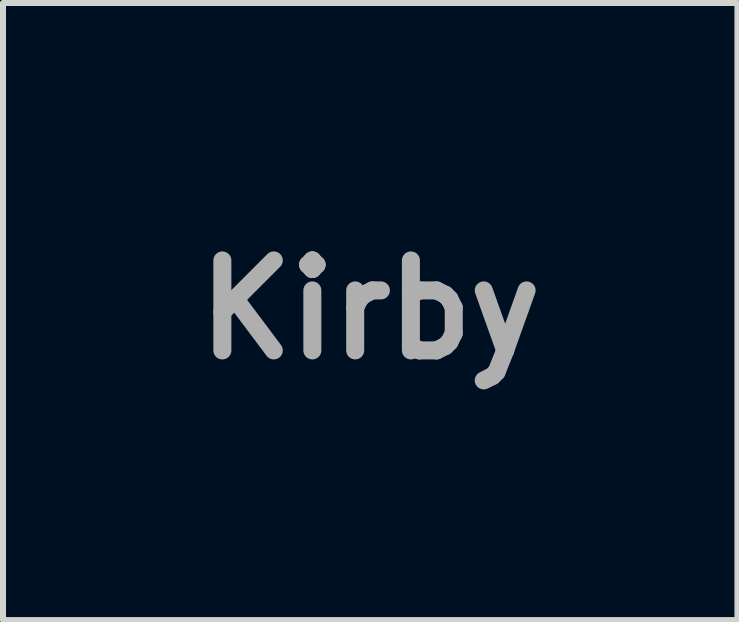
<source format=kicad_pcb>
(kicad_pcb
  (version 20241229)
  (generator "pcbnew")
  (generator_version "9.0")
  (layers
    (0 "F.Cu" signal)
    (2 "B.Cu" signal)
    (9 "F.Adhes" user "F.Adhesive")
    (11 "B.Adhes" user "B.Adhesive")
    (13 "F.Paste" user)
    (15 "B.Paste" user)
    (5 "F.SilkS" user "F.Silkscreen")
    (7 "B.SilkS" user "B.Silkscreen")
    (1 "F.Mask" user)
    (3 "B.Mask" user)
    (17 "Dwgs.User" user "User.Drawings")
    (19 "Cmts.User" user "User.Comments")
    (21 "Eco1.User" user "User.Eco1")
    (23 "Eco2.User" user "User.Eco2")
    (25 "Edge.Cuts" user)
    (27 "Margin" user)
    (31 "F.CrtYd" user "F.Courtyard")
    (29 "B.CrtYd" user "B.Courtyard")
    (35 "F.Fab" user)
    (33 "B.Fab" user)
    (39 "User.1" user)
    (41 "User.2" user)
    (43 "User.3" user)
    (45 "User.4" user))
  (footprint "Kirby"
    (layer "F.Cu")
    (at 3.121 2.113)
    (property "Reference" "Kirby" (at 0 0 0) (layer "F.Fab") (effects (font (size 1.5 1.5) (thickness 0.3))))
    (attr board_only exclude_from_pos_files exclude_from_bom)
    (fp_poly (pts (xy -0.977 0.271) (xy -0.971 0.283) (xy -0.97 0.292) (xy -0.974 0.313) (xy -0.986 0.33) (xy -1.013 0.347) (xy -1.058 0.367) (xy -1.108 0.385) (xy -1.162 0.404) (xy -1.197 0.415) (xy -1.22 0.418) (xy -1.238 0.414) (xy -1.259 0.405) (xy -1.262 0.403) (xy -1.292 0.381) (xy -1.293 0.359) (xy -1.266 0.336) (xy -1.212 0.313) (xy -1.199 0.309) (xy -1.139 0.292) (xy -1.078 0.278) (xy -1.037 0.271) (xy -0.997 0.268)) (stroke (width 0) (type solid)) (fill yes) (layer "F.Mask"))
    (fp_poly (pts (xy 0.021 0.276) (xy 0.068 0.282) (xy 0.124 0.296) (xy 0.182 0.315) (xy 0.236 0.337) (xy 0.279 0.359) (xy 0.304 0.379) (xy 0.307 0.385) (xy 0.303 0.405) (xy 0.296 0.408) (xy 0.283 0.419) (xy 0.281 0.429) (xy 0.273 0.444) (xy 0.248 0.448) (xy 0.203 0.439) (xy 0.135 0.418) (xy 0.113 0.41) (xy 0.046 0.386) (xy 0.002 0.367) (xy -0.025 0.351) (xy -0.039 0.334) (xy -0.045 0.313) (xy -0.045 0.309) (xy -0.046 0.289) (xy -0.036 0.279) (xy -0.01 0.276)) (stroke (width 0) (type solid)) (fill yes) (layer "F.Mask"))
    (fp_poly (pts (xy 0.016 0.711) (xy 0.017 0.733) (xy -0.005 0.768) (xy -0.012 0.776) (xy -0.059 0.839) (xy -0.089 0.9) (xy -0.098 0.949) (xy -0.092 0.974) (xy -0.07 0.984) (xy -0.03 0.98) (xy 0.031 0.961) (xy 0.081 0.948) (xy 0.108 0.951) (xy 0.114 0.967) (xy 0.096 0.993) (xy 0.055 1.026) (xy 0.046 1.031) (xy -0.014 1.064) (xy -0.065 1.075) (xy -0.114 1.065) (xy -0.121 1.062) (xy -0.164 1.031) (xy -0.185 0.982) (xy -0.184 0.922) (xy -0.181 0.906) (xy -0.156 0.844) (xy -0.122 0.788) (xy -0.081 0.741) (xy -0.039 0.711) (xy -0.008 0.703)) (stroke (width 0) (type solid)) (fill yes) (layer "F.Mask"))
    (fp_poly (pts (xy -0.951 0.665) (xy -0.924 0.698) (xy -0.9 0.745) (xy -0.882 0.801) (xy -0.875 0.847) (xy -0.873 0.89) (xy -0.881 0.92) (xy -0.904 0.948) (xy -0.911 0.956) (xy -0.948 0.985) (xy -0.986 0.997) (xy -1.015 0.998) (xy -1.063 0.993) (xy -1.107 0.98) (xy -1.114 0.977) (xy -1.159 0.939) (xy -1.18 0.887) (xy -1.181 0.866) (xy -1.175 0.837) (xy -1.155 0.833) (xy -1.125 0.853) (xy -1.115 0.864) (xy -1.073 0.894) (xy -1.025 0.906) (xy -0.983 0.899) (xy -0.981 0.898) (xy -0.96 0.872) (xy -0.96 0.826) (xy -0.979 0.761) (xy -0.987 0.744) (xy -1.004 0.695) (xy -1.006 0.666) (xy -1.002 0.659) (xy -0.978 0.65)) (stroke (width 0) (type solid)) (fill yes) (layer "F.Mask"))
    (fp_poly (pts (xy -0.361 0.326) (xy -0.29 0.33) (xy -0.239 0.338) (xy -0.205 0.348) (xy -0.184 0.363) (xy -0.177 0.375) (xy -0.178 0.404) (xy -0.194 0.436) (xy -0.217 0.459) (xy -0.232 0.464) (xy -0.249 0.475) (xy -0.252 0.508) (xy -0.241 0.565) (xy -0.225 0.619) (xy -0.208 0.676) (xy -0.2 0.714) (xy -0.202 0.741) (xy -0.214 0.762) (xy -0.231 0.781) (xy -0.275 0.81) (xy -0.319 0.815) (xy -0.359 0.798) (xy -0.374 0.78) (xy -0.387 0.749) (xy -0.399 0.699) (xy -0.408 0.642) (xy -0.408 0.639) (xy -0.414 0.587) (xy -0.421 0.546) (xy -0.427 0.525) (xy -0.428 0.524) (xy -0.445 0.521) (xy -0.484 0.518) (xy -0.54 0.518) (xy -0.606 0.519) (xy -0.609 0.519) (xy -0.711 0.519) (xy -0.788 0.513) (xy -0.843 0.5) (xy -0.88 0.48) (xy -0.9 0.451) (xy -0.906 0.432) (xy -0.906 0.413) (xy -0.84 0.413) (xy -0.825 0.433) (xy -0.794 0.448) (xy -0.743 0.457) (xy -0.67 0.463) (xy -0.588 0.464) (xy -0.514 0.464) (xy -0.463 0.465) (xy -0.43 0.469) (xy -0.409 0.475) (xy -0.396 0.484) (xy -0.386 0.499) (xy -0.385 0.499) (xy -0.372 0.531) (xy -0.36 0.58) (xy -0.352 0.631) (xy -0.345 0.682) (xy -0.338 0.723) (xy -0.331 0.744) (xy -0.331 0.744) (xy -0.309 0.759) (xy -0.283 0.751) (xy -0.269 0.736) (xy -0.264 0.7) (xy -0.276 0.648) (xy -0.29 0.584) (xy -0.295 0.521) (xy -0.291 0.466) (xy -0.278 0.428) (xy -0.274 0.422) (xy -0.268 0.413) (xy -0.27 0.407) (xy -0.283 0.402) (xy -0.311 0.399) (xy -0.357 0.396) (xy -0.423 0.393) (xy -0.515 0.391) (xy -0.521 0.39) (xy -0.627 0.388) (xy -0.708 0.387) (xy -0.767 0.388) (xy -0.806 0.391) (xy -0.83 0.396) (xy -0.84 0.403) (xy -0.84 0.413) (xy -0.906 0.413) (xy -0.907 0.392) (xy -0.888 0.361) (xy -0.886 0.359) (xy -0.874 0.349) (xy -0.859 0.342) (xy -0.837 0.337) (xy -0.803 0.333) (xy -0.754 0.33) (xy -0.685 0.328) (xy -0.593 0.326) (xy -0.573 0.326) (xy -0.454 0.325)) (stroke (width 0) (type solid)) (fill yes) (layer "F.Mask"))
    (fp_poly (pts (xy -0.406 -1.771) (xy -0.386 -1.757) (xy -0.366 -1.749) (xy -0.326 -1.75) (xy -0.316 -1.752) (xy -0.274 -1.755) (xy -0.246 -1.748) (xy -0.22 -1.726) (xy -0.219 -1.725) (xy -0.188 -1.699) (xy -0.159 -1.682) (xy -0.157 -1.681) (xy -0.127 -1.664) (xy -0.105 -1.646) (xy -0.089 -1.624) (xy -0.091 -1.604) (xy -0.104 -1.583) (xy -0.118 -1.548) (xy -0.125 -1.495) (xy -0.127 -1.439) (xy -0.128 -1.369) (xy -0.131 -1.294) (xy -0.136 -1.236) (xy -0.144 -1.144) (xy -0.455 -1.071) (xy -0.546 -1.05) (xy -0.628 -1.031) (xy -0.697 -1.016) (xy -0.75 -1.005) (xy -0.781 -0.999) (xy -0.788 -0.999) (xy -0.803 -1.012) (xy -0.826 -1.05) (xy -0.831 -1.061) (xy -0.788 -1.061) (xy -0.786 -1.052) (xy -0.78 -1.046) (xy -0.766 -1.044) (xy -0.741 -1.046) (xy -0.701 -1.053) (xy -0.644 -1.065) (xy -0.566 -1.083) (xy -0.464 -1.108) (xy -0.457 -1.109) (xy -0.363 -1.132) (xy -0.292 -1.149) (xy -0.242 -1.163) (xy -0.208 -1.174) (xy -0.188 -1.184) (xy -0.177 -1.194) (xy -0.173 -1.205) (xy -0.171 -1.214) (xy -0.171 -1.241) (xy -0.177 -1.252) (xy -0.194 -1.248) (xy -0.232 -1.238) (xy -0.289 -1.223) (xy -0.357 -1.204) (xy -0.433 -1.183) (xy -0.512 -1.161) (xy -0.589 -1.14) (xy -0.658 -1.12) (xy -0.693 -1.11) (xy -0.749 -1.09) (xy -0.781 -1.072) (xy -0.788 -1.061) (xy -0.831 -1.061) (xy -0.854 -1.11) (xy -0.867 -1.141) (xy -0.802 -1.141) (xy -0.791 -1.142) (xy -0.788 -1.143) (xy -0.768 -1.148) (xy -0.726 -1.16) (xy -0.665 -1.177) (xy -0.591 -1.198) (xy -0.506 -1.222) (xy -0.475 -1.23) (xy -0.389 -1.255) (xy -0.313 -1.277) (xy -0.251 -1.297) (xy -0.207 -1.312) (xy -0.185 -1.322) (xy -0.183 -1.323) (xy -0.193 -1.331) (xy -0.2 -1.329) (xy -0.219 -1.324) (xy -0.26 -1.312) (xy -0.319 -1.294) (xy -0.392 -1.273) (xy -0.475 -1.249) (xy -0.492 -1.244) (xy -0.577 -1.219) (xy -0.653 -1.196) (xy -0.716 -1.176) (xy -0.762 -1.161) (xy -0.786 -1.152) (xy -0.788 -1.151) (xy -0.802 -1.141) (xy -0.867 -1.141) (xy -0.868 -1.144) (xy -0.893 -1.205) (xy -0.912 -1.259) (xy -0.916 -1.272) (xy -0.881 -1.272) (xy -0.869 -1.246) (xy -0.851 -1.221) (xy -0.834 -1.21) (xy -0.834 -1.21) (xy -0.815 -1.213) (xy -0.773 -1.224) (xy -0.713 -1.24) (xy -0.637 -1.261) (xy -0.551 -1.286) (xy -0.491 -1.303) (xy -0.169 -1.397) (xy -0.169 -1.452) (xy -0.17 -1.487) (xy -0.178 -1.5) (xy -0.196 -1.498) (xy -0.2 -1.497) (xy -0.223 -1.49) (xy -0.267 -1.476) (xy -0.331 -1.457) (xy -0.409 -1.434) (xy -0.497 -1.408) (xy -0.553 -1.392) (xy -0.643 -1.365) (xy -0.724 -1.34) (xy -0.792 -1.319) (xy -0.843 -1.303) (xy -0.874 -1.293) (xy -0.88 -1.29) (xy -0.881 -1.272) (xy -0.916 -1.272) (xy -0.925 -1.3) (xy -0.928 -1.317) (xy -0.916 -1.344) (xy -0.906 -1.355) (xy -0.828 -1.355) (xy -0.826 -1.356) (xy -0.805 -1.362) (xy -0.762 -1.375) (xy -0.7 -1.393) (xy -0.626 -1.415) (xy -0.542 -1.439) (xy -0.526 -1.444) (xy -0.425 -1.474) (xy -0.351 -1.499) (xy -0.301 -1.517) (xy -0.277 -1.531) (xy -0.276 -1.54) (xy -0.299 -1.545) (xy -0.336 -1.547) (xy -0.378 -1.554) (xy -0.411 -1.571) (xy -0.411 -1.571) (xy -0.429 -1.585) (xy -0.444 -1.583) (xy -0.464 -1.562) (xy -0.473 -1.55) (xy -0.521 -1.51) (xy -0.583 -1.486) (xy -0.648 -1.483) (xy -0.656 -1.484) (xy -0.68 -1.485) (xy -0.705 -1.476) (xy -0.737 -1.453) (xy -0.774 -1.42) (xy -0.807 -1.387) (xy -0.826 -1.364) (xy -0.828 -1.355) (xy -0.906 -1.355) (xy -0.882 -1.383) (xy -0.825 -1.435) (xy -0.823 -1.436) (xy -0.775 -1.48) (xy -0.739 -1.518) (xy -0.72 -1.545) (xy -0.718 -1.552) (xy -0.715 -1.562) (xy -0.647 -1.562) (xy -0.636 -1.55) (xy -0.609 -1.548) (xy -0.576 -1.557) (xy -0.549 -1.572) (xy -0.519 -1.597) (xy -0.553 -1.629) (xy -0.587 -1.661) (xy -0.617 -1.62) (xy -0.637 -1.588) (xy -0.647 -1.565) (xy -0.647 -1.562) (xy -0.715 -1.562) (xy -0.708 -1.587) (xy -0.685 -1.63) (xy -0.656 -1.669) (xy -0.488 -1.669) (xy -0.481 -1.643) (xy -0.462 -1.628) (xy -0.433 -1.633) (xy -0.432 -1.633) (xy -0.407 -1.641) (xy -0.387 -1.627) (xy -0.381 -1.619) (xy -0.353 -1.598) (xy -0.326 -1.598) (xy -0.287 -1.599) (xy -0.263 -1.592) (xy -0.191 -1.567) (xy -0.165 -1.563) (xy -0.153 -1.572) (xy -0.153 -1.575) (xy -0.151 -1.608) (xy -0.165 -1.624) (xy -0.197 -1.631) (xy -0.233 -1.641) (xy -0.249 -1.661) (xy -0.251 -1.67) (xy -0.265 -1.696) (xy -0.297 -1.701) (xy -0.343 -1.686) (xy -0.371 -1.677) (xy -0.392 -1.687) (xy -0.407 -1.703) (xy -0.43 -1.726) (xy -0.451 -1.726) (xy -0.458 -1.722) (xy -0.482 -1.698) (xy -0.488 -1.669) (xy -0.656 -1.669) (xy -0.655 -1.671) (xy -0.63 -1.694) (xy -0.589 -1.708) (xy -0.561 -1.706) (xy -0.531 -1.704) (xy -0.521 -1.716) (xy -0.52 -1.721) (xy -0.508 -1.744) (xy -0.478 -1.763) (xy -0.441 -1.772)) (stroke (width 0) (type solid)) (fill yes) (layer "F.Mask"))
    (fp_poly (pts (xy -0.505 -2.095) (xy -0.462 -2.079) (xy -0.413 -2.051) (xy -0.371 -2.02) (xy -0.351 -1.999) (xy -0.328 -1.972) (xy -0.313 -1.965) (xy -0.296 -1.975) (xy -0.296 -1.976) (xy -0.236 -2.013) (xy -0.16 -2.034) (xy -0.076 -2.037) (xy 0.003 -2.023) (xy 0.055 -1.998) (xy 0.11 -1.959) (xy 0.161 -1.911) (xy 0.198 -1.863) (xy 0.206 -1.847) (xy 0.221 -1.787) (xy 0.224 -1.716) (xy 0.216 -1.648) (xy 0.205 -1.611) (xy 0.194 -1.581) (xy 0.196 -1.562) (xy 0.216 -1.544) (xy 0.236 -1.531) (xy 0.295 -1.483) (xy 0.329 -1.432) (xy 0.342 -1.369) (xy 0.343 -1.35) (xy 0.345 -1.306) (xy 0.353 -1.285) (xy 0.365 -1.28) (xy 0.391 -1.273) (xy 0.426 -1.256) (xy 0.432 -1.252) (xy 0.468 -1.221) (xy 0.485 -1.179) (xy 0.486 -1.171) (xy 0.501 -1.125) (xy 0.532 -1.096) (xy 0.536 -1.094) (xy 0.564 -1.072) (xy 0.575 -1.044) (xy 0.577 -1.016) (xy 0.573 -0.977) (xy 0.564 -0.95) (xy 0.562 -0.948) (xy 0.559 -0.929) (xy 0.576 -0.907) (xy 0.599 -0.87) (xy 0.605 -0.821) (xy 0.592 -0.773) (xy 0.575 -0.747) (xy 0.523 -0.707) (xy 0.468 -0.691) (xy 0.414 -0.702) (xy 0.389 -0.718) (xy 0.359 -0.754) (xy 0.353 -0.788) (xy 0.415 -0.788) (xy 0.417 -0.779) (xy 0.437 -0.763) (xy 0.469 -0.761) (xy 0.505 -0.771) (xy 0.523 -0.783) (xy 0.544 -0.817) (xy 0.546 -0.855) (xy 0.528 -0.885) (xy 0.499 -0.894) (xy 0.467 -0.883) (xy 0.438 -0.857) (xy 0.418 -0.824) (xy 0.415 -0.788) (xy 0.353 -0.788) (xy 0.352 -0.793) (xy 0.349 -0.823) (xy 0.335 -0.841) (xy 0.303 -0.854) (xy 0.294 -0.857) (xy 0.253 -0.875) (xy 0.23 -0.896) (xy 0.229 -0.9) (xy 0.218 -0.916) (xy 0.193 -0.926) (xy 0.146 -0.931) (xy 0.102 -0.932) (xy 0.08 -0.929) (xy 0.071 -0.918) (xy 0.07 -0.907) (xy 0.057 -0.859) (xy 0.023 -0.812) (xy -0.029 -0.77) (xy -0.051 -0.758) (xy -0.135 -0.731) (xy -0.225 -0.725) (xy -0.314 -0.74) (xy -0.395 -0.773) (xy -0.45 -0.816) (xy -0.469 -0.832) (xy -0.483 -0.831) (xy -0.501 -0.809) (xy -0.505 -0.803) (xy -0.556 -0.756) (xy -0.625 -0.726) (xy -0.703 -0.717) (xy -0.781 -0.729) (xy -0.854 -0.761) (xy -0.916 -0.81) (xy -0.96 -0.869) (xy -0.971 -0.896) (xy -0.984 -0.926) (xy -1.003 -0.939) (xy -1.039 -0.942) (xy -1.043 -0.942) (xy -1.118 -0.955) (xy -1.183 -0.994) (xy -1.235 -1.055) (xy -1.258 -1.1) (xy -1.278 -1.182) (xy -1.274 -1.244) (xy -1.217 -1.244) (xy -1.215 -1.168) (xy -1.188 -1.099) (xy -1.136 -1.041) (xy -1.113 -1.025) (xy -1.07 -1.002) (xy -1.03 -0.987) (xy -1.013 -0.984) (xy -0.975 -0.979) (xy -0.949 -0.96) (xy -0.925 -0.921) (xy -0.874 -0.854) (xy -0.806 -0.805) (xy -0.778 -0.794) (xy -0.733 -0.78) (xy -0.699 -0.776) (xy -0.664 -0.784) (xy -0.617 -0.805) (xy -0.607 -0.81) (xy -0.562 -0.837) (xy -0.525 -0.867) (xy -0.51 -0.884) (xy -0.493 -0.911) (xy -0.484 -0.926) (xy -0.484 -0.926) (xy -0.473 -0.919) (xy -0.449 -0.898) (xy -0.426 -0.876) (xy -0.359 -0.827) (xy -0.283 -0.799) (xy -0.203 -0.791) (xy -0.125 -0.803) (xy -0.054 -0.835) (xy 0.003 -0.886) (xy 0.023 -0.914) (xy 0.05 -0.946) (xy 0.082 -0.964) (xy 0.084 -0.965) (xy 0.155 -0.982) (xy 0.201 -0.999) (xy 0.225 -1.016) (xy 0.232 -1.034) (xy 0.223 -1.057) (xy 0.193 -1.066) (xy 0.165 -1.073) (xy 0.16 -1.089) (xy 0.163 -1.102) (xy 0.172 -1.121) (xy 0.233 -1.121) (xy 0.264 -1.1) (xy 0.29 -1.068) (xy 0.294 -1.024) (xy 0.28 -0.981) (xy 0.271 -0.955) (xy 0.286 -0.936) (xy 0.289 -0.933) (xy 0.33 -0.916) (xy 0.383 -0.92) (xy 0.436 -0.937) (xy 0.485 -0.964) (xy 0.51 -0.994) (xy 0.512 -1.023) (xy 0.49 -1.048) (xy 0.457 -1.061) (xy 0.435 -1.071) (xy 0.424 -1.094) (xy 0.419 -1.129) (xy 0.413 -1.17) (xy 0.397 -1.194) (xy 0.378 -1.206) (xy 0.343 -1.217) (xy 0.314 -1.21) (xy 0.283 -1.182) (xy 0.268 -1.164) (xy 0.233 -1.121) (xy 0.172 -1.121) (xy 0.179 -1.137) (xy 0.195 -1.16) (xy 0.227 -1.206) (xy 0.256 -1.259) (xy 0.275 -1.309) (xy 0.281 -1.342) (xy 0.268 -1.404) (xy 0.229 -1.455) (xy 0.173 -1.492) (xy 0.134 -1.51) (xy 0.107 -1.524) (xy 0.1 -1.528) (xy 0.103 -1.541) (xy 0.116 -1.571) (xy 0.123 -1.586) (xy 0.155 -1.662) (xy 0.164 -1.73) (xy 0.156 -1.782) (xy 0.126 -1.844) (xy 0.075 -1.898) (xy 0.01 -1.94) (xy -0.061 -1.965) (xy -0.103 -1.969) (xy -0.154 -1.964) (xy -0.213 -1.95) (xy -0.266 -1.931) (xy -0.305 -1.91) (xy -0.309 -1.906) (xy -0.326 -1.894) (xy -0.34 -1.898) (xy -0.36 -1.919) (xy -0.372 -1.934) (xy -0.432 -1.991) (xy -0.508 -2.029) (xy -0.592 -2.047) (xy -0.678 -2.043) (xy -0.76 -2.017) (xy -0.776 -2.008) (xy -0.82 -1.977) (xy -0.859 -1.943) (xy -0.872 -1.927) (xy -0.899 -1.899) (xy -0.926 -1.885) (xy -0.93 -1.885) (xy -0.977 -1.874) (xy -1.032 -1.845) (xy -1.085 -1.803) (xy -1.129 -1.756) (xy -1.147 -1.727) (xy -1.162 -1.685) (xy -1.167 -1.65) (xy -1.159 -1.61) (xy -1.139 -1.566) (xy -1.114 -1.529) (xy -1.09 -1.51) (xy -1.071 -1.493) (xy -1.075 -1.472) (xy -1.096 -1.459) (xy -1.119 -1.442) (xy -1.148 -1.405) (xy -1.176 -1.357) (xy -1.2 -1.305) (xy -1.215 -1.256) (xy -1.217 -1.244) (xy -1.274 -1.244) (xy -1.273 -1.269) (xy -1.244 -1.357) (xy -1.194 -1.438) (xy -1.193 -1.439) (xy -1.15 -1.493) (xy -1.188 -1.533) (xy -1.224 -1.587) (xy -1.234 -1.648) (xy -1.218 -1.717) (xy -1.2 -1.758) (xy -1.165 -1.814) (xy -1.123 -1.855) (xy -1.083 -1.881) (xy -1.035 -1.906) (xy -0.99 -1.923) (xy -0.964 -1.927) (xy -0.934 -1.932) (xy -0.911 -1.951) (xy -0.885 -1.988) (xy -0.833 -2.047) (xy -0.765 -2.088) (xy -0.683 -2.11) (xy -0.595 -2.113)) (stroke (width 0) (type solid)) (fill yes) (layer "F.Mask"))
    (fp_poly (pts (xy 0.244 -0.626) (xy 0.371 -0.615) (xy 0.487 -0.601) (xy 0.54 -0.591) (xy 0.768 -0.535) (xy 0.983 -0.458) (xy 1.184 -0.364) (xy 1.369 -0.253) (xy 1.536 -0.127) (xy 1.684 0.014) (xy 1.81 0.168) (xy 1.914 0.332) (xy 1.993 0.508) (xy 2.026 0.607) (xy 2.046 0.702) (xy 2.059 0.812) (xy 2.065 0.926) (xy 2.062 1.034) (xy 2.054 1.107) (xy 2.022 1.225) (xy 1.969 1.344) (xy 1.899 1.453) (xy 1.88 1.478) (xy 1.848 1.518) (xy 1.825 1.548) (xy 1.814 1.564) (xy 1.814 1.564) (xy 1.826 1.574) (xy 1.854 1.588) (xy 1.857 1.589) (xy 1.907 1.622) (xy 1.954 1.673) (xy 1.99 1.732) (xy 1.997 1.751) (xy 2.01 1.822) (xy 2.008 1.901) (xy 1.993 1.976) (xy 1.964 2.036) (xy 1.964 2.036) (xy 1.907 2.095) (xy 1.833 2.139) (xy 1.747 2.166) (xy 1.659 2.172) (xy 1.617 2.167) (xy 1.541 2.141) (xy 1.47 2.096) (xy 1.414 2.04) (xy 1.41 2.035) (xy 1.39 2.001) (xy 1.378 1.97) (xy 1.373 1.93) (xy 1.371 1.871) (xy 1.371 1.871) (xy 1.372 1.857) (xy 1.477 1.857) (xy 1.488 1.932) (xy 1.522 1.99) (xy 1.576 2.031) (xy 1.649 2.051) (xy 1.688 2.053) (xy 1.765 2.045) (xy 1.81 2.026) (xy 1.865 1.979) (xy 1.896 1.921) (xy 1.904 1.856) (xy 1.891 1.783) (xy 1.855 1.723) (xy 1.797 1.678) (xy 1.72 1.651) (xy 1.718 1.651) (xy 1.677 1.649) (xy 1.635 1.662) (xy 1.589 1.693) (xy 1.538 1.74) (xy 1.502 1.777) (xy 1.484 1.807) (xy 1.477 1.839) (xy 1.477 1.857) (xy 1.372 1.857) (xy 1.372 1.813) (xy 1.377 1.773) (xy 1.388 1.744) (xy 1.408 1.715) (xy 1.409 1.714) (xy 1.431 1.682) (xy 1.438 1.663) (xy 1.43 1.644) (xy 1.422 1.634) (xy 1.398 1.602) (xy 1.366 1.636) (xy 1.318 1.674) (xy 1.247 1.708) (xy 1.159 1.739) (xy 1.06 1.762) (xy 1.048 1.765) (xy 0.964 1.78) (xy 0.899 1.794) (xy 0.844 1.808) (xy 0.791 1.824) (xy 0.738 1.843) (xy 0.643 1.865) (xy 0.554 1.861) (xy 0.473 1.831) (xy 0.469 1.829) (xy 0.454 1.821) (xy 0.437 1.814) (xy 0.415 1.809) (xy 0.384 1.806) (xy 0.342 1.803) (xy 0.285 1.802) (xy 0.209 1.801) (xy 0.112 1.8) (xy -0.004 1.8) (xy -0.183 1.799) (xy -0.369 1.796) (xy -0.558 1.792) (xy -0.744 1.786) (xy -0.92 1.779) (xy -1.081 1.77) (xy -1.221 1.761) (xy -1.252 1.759) (xy -1.318 1.754) (xy -1.362 1.752) (xy -1.391 1.754) (xy -1.411 1.761) (xy -1.428 1.773) (xy -1.435 1.779) (xy -1.484 1.817) (xy -1.535 1.837) (xy -1.599 1.845) (xy -1.62 1.845) (xy -1.709 1.833) (xy -1.795 1.8) (xy -1.875 1.749) (xy -1.944 1.684) (xy -2.001 1.61) (xy -2.043 1.529) (xy -2.065 1.445) (xy -2.066 1.363) (xy -2.053 1.312) (xy -2.026 1.267) (xy -2.025 1.266) (xy -1.856 1.266) (xy -1.856 1.271) (xy -1.835 1.285) (xy -1.805 1.301) (xy -1.741 1.34) (xy -1.673 1.394) (xy -1.609 1.453) (xy -1.558 1.512) (xy -1.539 1.54) (xy -1.518 1.586) (xy -1.506 1.632) (xy -1.505 1.647) (xy -1.503 1.676) (xy -1.496 1.681) (xy -1.491 1.674) (xy -1.481 1.646) (xy -1.477 1.606) (xy -1.477 1.603) (xy -1.488 1.551) (xy -1.516 1.49) (xy -1.559 1.428) (xy -1.609 1.372) (xy -1.66 1.331) (xy -1.696 1.314) (xy -1.745 1.295) (xy -1.797 1.278) (xy -1.84 1.268) (xy -1.856 1.266) (xy -2.025 1.266) (xy -1.983 1.217) (xy -1.947 1.185) (xy -1.765 1.185) (xy -1.707 1.202) (xy -1.615 1.244) (xy -1.53 1.307) (xy -1.458 1.388) (xy -1.403 1.48) (xy -1.369 1.578) (xy -1.367 1.591) (xy -1.356 1.653) (xy -1.209 1.663) (xy -1.07 1.672) (xy -0.909 1.68) (xy -0.73 1.687) (xy -0.539 1.692) (xy -0.341 1.696) (xy -0.141 1.699) (xy -0.055 1.7) (xy 0.362 1.702) (xy 0.363 1.615) (xy 0.377 1.522) (xy 0.412 1.428) (xy 0.466 1.34) (xy 0.533 1.264) (xy 0.61 1.205) (xy 0.673 1.175) (xy 0.716 1.162) (xy 0.751 1.154) (xy 0.761 1.153) (xy 0.785 1.145) (xy 0.791 1.137) (xy 0.807 1.127) (xy 0.841 1.129) (xy 0.884 1.143) (xy 0.931 1.166) (xy 0.956 1.183) (xy 1.007 1.229) (xy 1.038 1.283) (xy 1.052 1.351) (xy 1.052 1.428) (xy 1.039 1.518) (xy 1.01 1.597) (xy 1.008 1.601) (xy 0.988 1.642) (xy 0.974 1.671) (xy 0.97 1.681) (xy 0.983 1.683) (xy 1.015 1.678) (xy 1.062 1.667) (xy 1.116 1.65) (xy 1.139 1.643) (xy 1.23 1.605) (xy 1.297 1.561) (xy 1.341 1.506) (xy 1.367 1.436) (xy 1.378 1.346) (xy 1.378 1.312) (xy 1.378 1.259) (xy 1.375 1.218) (xy 1.368 1.182) (xy 1.354 1.144) (xy 1.332 1.095) (xy 1.302 1.033) (xy 1.239 0.916) (xy 1.173 0.814) (xy 1.097 0.718) (xy 1.006 0.62) (xy 0.961 0.576) (xy 0.802 0.44) (xy 0.623 0.317) (xy 0.431 0.21) (xy 0.229 0.122) (xy 0.022 0.054) (xy -0.184 0.009) (xy -0.334 -0.009) (xy -0.476 -0.011) (xy -0.632 0.002) (xy -0.795 0.027) (xy -0.955 0.064) (xy -1.093 0.108) (xy -1.148 0.13) (xy -1.192 0.154) (xy -1.235 0.187) (xy -1.285 0.236) (xy -1.289 0.24) (xy -1.396 0.359) (xy -1.494 0.485) (xy -1.58 0.613) (xy -1.651 0.742) (xy -1.707 0.865) (xy -1.745 0.981) (xy -1.762 1.084) (xy -1.763 1.1) (xy -1.765 1.185) (xy -1.947 1.185) (xy -1.932 1.172) (xy -1.903 1.152) (xy -1.877 1.132) (xy -1.861 1.108) (xy -1.852 1.07) (xy -1.849 1.044) (xy -1.827 0.941) (xy -1.787 0.826) (xy -1.731 0.704) (xy -1.663 0.581) (xy -1.584 0.462) (xy -1.534 0.397) (xy -1.499 0.353) (xy -1.479 0.325) (xy -1.473 0.307) (xy -1.478 0.293) (xy -1.489 0.28) (xy -1.521 0.227) (xy -1.525 0.192) (xy -1.445 0.192) (xy -1.432 0.229) (xy -1.42 0.24) (xy -1.407 0.24) (xy -1.386 0.226) (xy -1.351 0.194) (xy -1.346 0.189) (xy -1.272 0.131) (xy -1.175 0.076) (xy -1.06 0.024) (xy -0.931 -0.021) (xy -0.795 -0.059) (xy -0.656 -0.088) (xy -0.519 -0.106) (xy -0.496 -0.107) (xy -0.338 -0.107) (xy -0.167 -0.087) (xy 0.014 -0.048) (xy 0.198 0.008) (xy 0.382 0.08) (xy 0.562 0.166) (xy 0.733 0.265) (xy 0.816 0.321) (xy 0.888 0.377) (xy 0.97 0.449) (xy 1.054 0.528) (xy 1.133 0.609) (xy 1.199 0.684) (xy 1.225 0.717) (xy 1.316 0.855) (xy 1.388 0.997) (xy 1.438 1.139) (xy 1.45 1.191) (xy 1.462 1.258) (xy 1.471 1.322) (xy 1.476 1.374) (xy 1.477 1.39) (xy 1.477 1.456) (xy 1.505 1.413) (xy 1.527 1.374) (xy 1.548 1.324) (xy 1.555 1.303) (xy 1.568 1.229) (xy 1.566 1.161) (xy 1.739 1.161) (xy 1.744 1.205) (xy 1.756 1.255) (xy 1.772 1.304) (xy 1.79 1.344) (xy 1.807 1.37) (xy 1.819 1.375) (xy 1.833 1.36) (xy 1.855 1.329) (xy 1.872 1.3) (xy 1.915 1.204) (xy 1.944 1.097) (xy 1.955 0.993) (xy 1.955 0.987) (xy 1.954 0.944) (xy 1.95 0.922) (xy 1.939 0.916) (xy 1.917 0.92) (xy 1.916 0.921) (xy 1.868 0.942) (xy 1.817 0.979) (xy 1.775 1.024) (xy 1.758 1.049) (xy 1.746 1.088) (xy 1.739 1.139) (xy 1.739 1.161) (xy 1.566 1.161) (xy 1.565 1.137) (xy 1.547 1.031) (xy 1.516 0.914) (xy 1.472 0.792) (xy 1.419 0.667) (xy 1.355 0.544) (xy 1.284 0.426) (xy 1.229 0.347) (xy 1.104 0.2) (xy 0.957 0.061) (xy 0.793 -0.068) (xy 0.618 -0.183) (xy 0.436 -0.279) (xy 0.255 -0.352) (xy 0.252 -0.353) (xy 0.116 -0.387) (xy -0.037 -0.407) (xy -0.199 -0.412) (xy -0.363 -0.402) (xy -0.521 -0.377) (xy -0.541 -0.372) (xy -0.596 -0.358) (xy -0.66 -0.339) (xy -0.725 -0.317) (xy -0.785 -0.296) (xy -0.835 -0.276) (xy -0.869 -0.26) (xy -0.88 -0.252) (xy -0.872 -0.245) (xy -0.842 -0.24) (xy -0.81 -0.239) (xy -0.76 -0.235) (xy -0.728 -0.226) (xy -0.719 -0.211) (xy -0.733 -0.196) (xy -0.761 -0.186) (xy -0.795 -0.183) (xy -0.844 -0.177) (xy -0.911 -0.162) (xy -0.989 -0.14) (xy -1.07 -0.113) (xy -1.147 -0.083) (xy -1.202 -0.058) (xy -1.286 -0.01) (xy -1.354 0.042) (xy -1.405 0.094) (xy -1.436 0.145) (xy -1.445 0.192) (xy -1.525 0.192) (xy -1.528 0.169) (xy -1.511 0.106) (xy -1.472 0.041) (xy -1.412 -0.023) (xy -1.333 -0.085) (xy -1.237 -0.143) (xy -1.154 -0.182) (xy -1.103 -0.208) (xy -1.056 -0.239) (xy -1.035 -0.257) (xy -0.996 -0.287) (xy -0.937 -0.323) (xy -0.865 -0.36) (xy -0.786 -0.396) (xy -0.708 -0.428) (xy -0.641 -0.45) (xy -0.588 -0.468) (xy -0.543 -0.487) (xy -0.515 -0.505) (xy -0.482 -0.527) (xy -0.068 -0.527) (xy -0.063 -0.526) (xy 0.115 -0.494) (xy 0.277 -0.453) (xy 0.427 -0.4) (xy 0.572 -0.332) (xy 0.716 -0.248) (xy 0.865 -0.144) (xy 0.992 -0.046) (xy 1.109 0.054) (xy 1.208 0.156) (xy 1.299 0.267) (xy 1.341 0.325) (xy 1.4 0.418) (xy 1.46 0.523) (xy 1.513 0.632) (xy 1.556 0.731) (xy 1.562 0.749) (xy 1.58 0.795) (xy 1.595 0.829) (xy 1.604 0.844) (xy 1.605 0.844) (xy 1.621 0.836) (xy 1.648 0.817) (xy 1.649 0.816) (xy 1.694 0.763) (xy 1.722 0.691) (xy 1.73 0.613) (xy 1.717 0.521) (xy 1.678 0.441) (xy 1.617 0.374) (xy 1.555 0.334) (xy 1.513 0.313) (xy 1.517 0.195) (xy 1.517 0.112) (xy 1.507 0.047) (xy 1.484 -0.005) (xy 1.445 -0.053) (xy 1.385 -0.104) (xy 1.357 -0.126) (xy 1.177 -0.242) (xy 0.979 -0.339) (xy 0.764 -0.418) (xy 0.538 -0.476) (xy 0.302 -0.513) (xy 0.098 -0.527) (xy 0.03 -0.529) (xy -0.022 -0.529) (xy -0.056 -0.529) (xy -0.068 -0.527) (xy -0.482 -0.527) (xy -0.463 -0.54) (xy -0.387 -0.572) (xy -0.292 -0.599) (xy -0.22 -0.614) (xy -0.126 -0.625) (xy -0.012 -0.631) (xy 0.113 -0.631)) (stroke (width 0) (type solid)) (fill yes) (layer "F.Mask")))
  (gr_rect
    (start -3 -3)
    (end 9.243 7.286)
    (stroke (width 0.1) (type default))
    (fill no)
    (layer "Edge.Cuts")))
</source>
